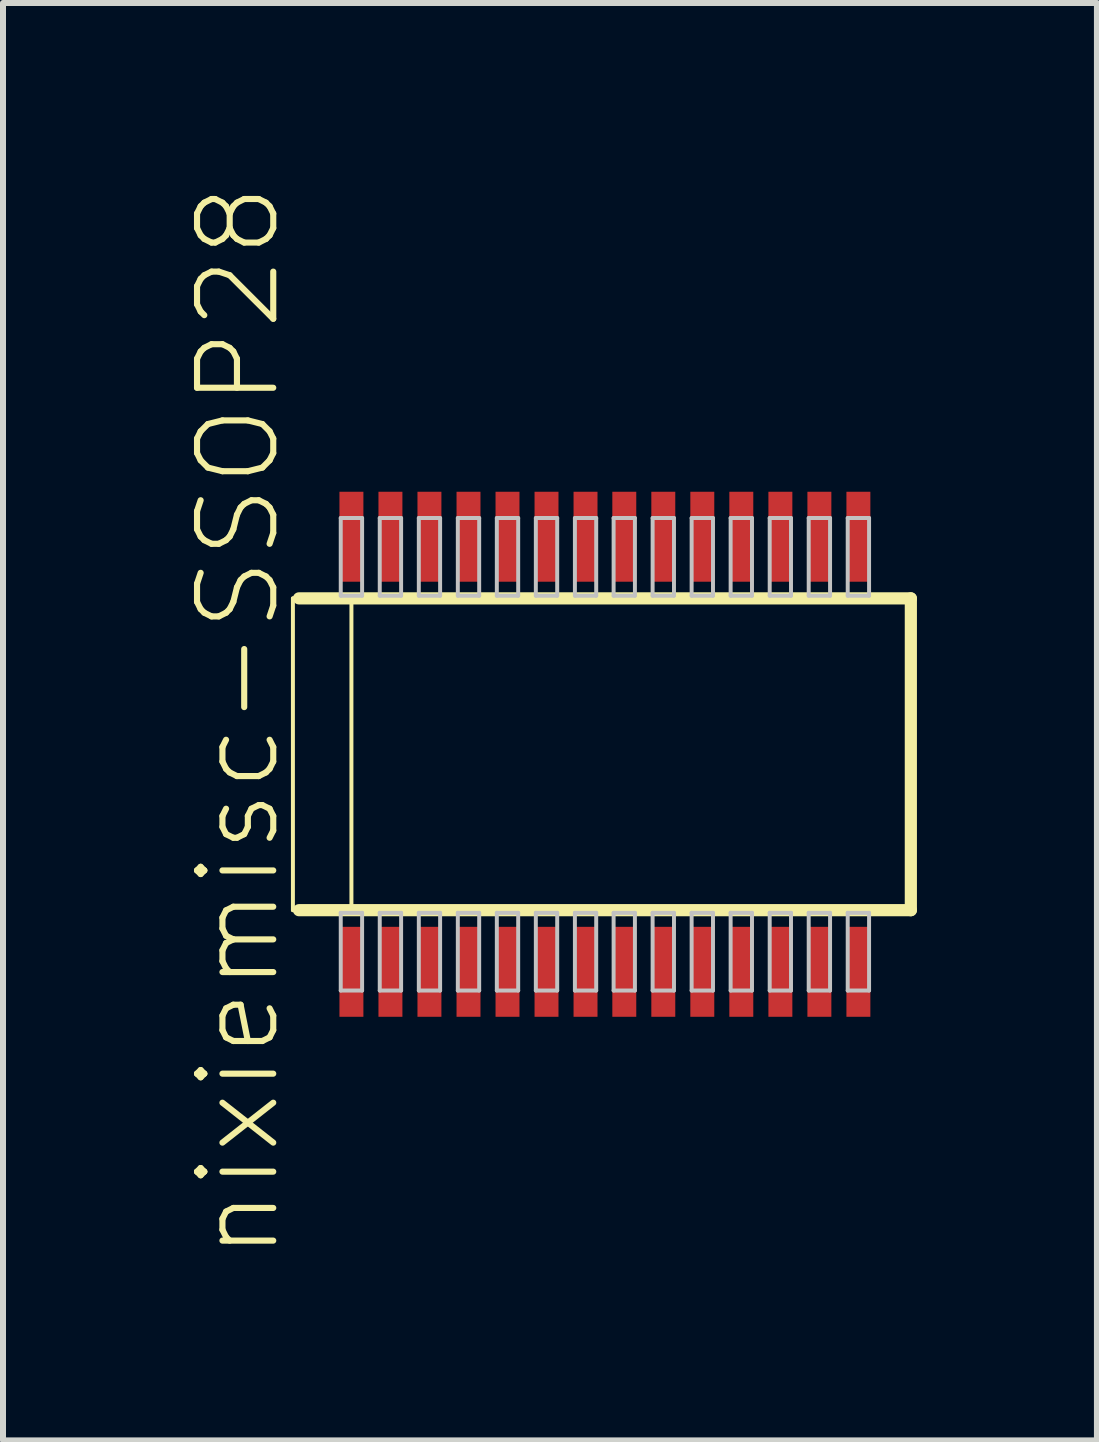
<source format=kicad_pcb>
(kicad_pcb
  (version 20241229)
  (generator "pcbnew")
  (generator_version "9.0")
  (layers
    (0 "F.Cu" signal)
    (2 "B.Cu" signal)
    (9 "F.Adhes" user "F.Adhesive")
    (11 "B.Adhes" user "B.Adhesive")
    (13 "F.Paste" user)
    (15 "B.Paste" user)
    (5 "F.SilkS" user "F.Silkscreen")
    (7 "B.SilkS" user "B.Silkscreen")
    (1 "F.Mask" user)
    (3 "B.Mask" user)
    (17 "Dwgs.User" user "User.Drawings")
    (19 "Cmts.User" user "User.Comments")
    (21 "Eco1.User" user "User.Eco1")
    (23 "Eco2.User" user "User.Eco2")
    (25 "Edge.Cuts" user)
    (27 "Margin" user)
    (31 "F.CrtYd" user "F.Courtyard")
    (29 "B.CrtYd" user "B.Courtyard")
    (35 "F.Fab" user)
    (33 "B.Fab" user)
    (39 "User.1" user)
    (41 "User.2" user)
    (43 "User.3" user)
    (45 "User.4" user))
  (footprint "nixiemisc-SSOP28"
    (layer "F.Cu")
    (at 7.03 9.519)
    (property "Reference" "nixiemisc-SSOP28" (at -6.109 -0.544 90) (layer "F.SilkS") (effects (font (size 1.27 1.27) (thickness 0.102))))
    (attr smd)
    (fp_line (start -5.199 -2.598) (end -4.224 -2.598) (stroke (width 0.066) (type solid)) (layer "F.SilkS"))
    (fp_line (start -5.199 2.598) (end -5.199 -2.598) (stroke (width 0.066) (type solid)) (layer "F.SilkS"))
    (fp_line (start -5.199 2.598) (end -4.224 2.598) (stroke (width 0.066) (type solid)) (layer "F.SilkS"))
    (fp_line (start -5.098 2.598) (end 5.098 2.598) (stroke (width 0.203) (type solid)) (layer "F.SilkS"))
    (fp_line (start -4.224 2.598) (end -4.224 -2.598) (stroke (width 0.066) (type solid)) (layer "F.SilkS"))
    (fp_line (start 5.098 -2.598) (end -5.098 -2.598) (stroke (width 0.203) (type solid)) (layer "F.SilkS"))
    (fp_line (start 5.098 2.598) (end 5.098 -2.598) (stroke (width 0.203) (type solid)) (layer "F.SilkS"))
    (fp_line (start -4.402 -3.937) (end -4.046 -3.937) (stroke (width 0.066) (type solid)) (layer "Dwgs.User"))
    (fp_line (start -4.402 -2.642) (end -4.402 -3.937) (stroke (width 0.066) (type solid)) (layer "Dwgs.User"))
    (fp_line (start -4.402 -2.642) (end -4.046 -2.642) (stroke (width 0.066) (type solid)) (layer "Dwgs.User"))
    (fp_line (start -4.402 2.642) (end -4.046 2.642) (stroke (width 0.066) (type solid)) (layer "Dwgs.User"))
    (fp_line (start -4.402 3.937) (end -4.402 2.642) (stroke (width 0.066) (type solid)) (layer "Dwgs.User"))
    (fp_line (start -4.402 3.937) (end -4.046 3.937) (stroke (width 0.066) (type solid)) (layer "Dwgs.User"))
    (fp_line (start -4.046 -2.642) (end -4.046 -3.937) (stroke (width 0.066) (type solid)) (layer "Dwgs.User"))
    (fp_line (start -4.046 3.937) (end -4.046 2.642) (stroke (width 0.066) (type solid)) (layer "Dwgs.User"))
    (fp_line (start -3.752 -3.937) (end -3.396 -3.937) (stroke (width 0.066) (type solid)) (layer "Dwgs.User"))
    (fp_line (start -3.752 -2.642) (end -3.752 -3.937) (stroke (width 0.066) (type solid)) (layer "Dwgs.User"))
    (fp_line (start -3.752 -2.642) (end -3.396 -2.642) (stroke (width 0.066) (type solid)) (layer "Dwgs.User"))
    (fp_line (start -3.752 2.642) (end -3.396 2.642) (stroke (width 0.066) (type solid)) (layer "Dwgs.User"))
    (fp_line (start -3.752 3.937) (end -3.752 2.642) (stroke (width 0.066) (type solid)) (layer "Dwgs.User"))
    (fp_line (start -3.752 3.937) (end -3.396 3.937) (stroke (width 0.066) (type solid)) (layer "Dwgs.User"))
    (fp_line (start -3.396 -2.642) (end -3.396 -3.937) (stroke (width 0.066) (type solid)) (layer "Dwgs.User"))
    (fp_line (start -3.396 3.937) (end -3.396 2.642) (stroke (width 0.066) (type solid)) (layer "Dwgs.User"))
    (fp_line (start -3.101 -3.937) (end -2.746 -3.937) (stroke (width 0.066) (type solid)) (layer "Dwgs.User"))
    (fp_line (start -3.101 -2.642) (end -3.101 -3.937) (stroke (width 0.066) (type solid)) (layer "Dwgs.User"))
    (fp_line (start -3.101 -2.642) (end -2.746 -2.642) (stroke (width 0.066) (type solid)) (layer "Dwgs.User"))
    (fp_line (start -3.101 2.642) (end -2.746 2.642) (stroke (width 0.066) (type solid)) (layer "Dwgs.User"))
    (fp_line (start -3.101 3.937) (end -3.101 2.642) (stroke (width 0.066) (type solid)) (layer "Dwgs.User"))
    (fp_line (start -3.101 3.937) (end -2.746 3.937) (stroke (width 0.066) (type solid)) (layer "Dwgs.User"))
    (fp_line (start -2.746 -2.642) (end -2.746 -3.937) (stroke (width 0.066) (type solid)) (layer "Dwgs.User"))
    (fp_line (start -2.746 3.937) (end -2.746 2.642) (stroke (width 0.066) (type solid)) (layer "Dwgs.User"))
    (fp_line (start -2.451 -3.937) (end -2.095 -3.937) (stroke (width 0.066) (type solid)) (layer "Dwgs.User"))
    (fp_line (start -2.451 -2.642) (end -2.451 -3.937) (stroke (width 0.066) (type solid)) (layer "Dwgs.User"))
    (fp_line (start -2.451 -2.642) (end -2.095 -2.642) (stroke (width 0.066) (type solid)) (layer "Dwgs.User"))
    (fp_line (start -2.451 2.642) (end -2.095 2.642) (stroke (width 0.066) (type solid)) (layer "Dwgs.User"))
    (fp_line (start -2.451 3.937) (end -2.451 2.642) (stroke (width 0.066) (type solid)) (layer "Dwgs.User"))
    (fp_line (start -2.451 3.937) (end -2.095 3.937) (stroke (width 0.066) (type solid)) (layer "Dwgs.User"))
    (fp_line (start -2.095 -2.642) (end -2.095 -3.937) (stroke (width 0.066) (type solid)) (layer "Dwgs.User"))
    (fp_line (start -2.095 3.937) (end -2.095 2.642) (stroke (width 0.066) (type solid)) (layer "Dwgs.User"))
    (fp_line (start -1.801 -3.937) (end -1.445 -3.937) (stroke (width 0.066) (type solid)) (layer "Dwgs.User"))
    (fp_line (start -1.801 -2.642) (end -1.801 -3.937) (stroke (width 0.066) (type solid)) (layer "Dwgs.User"))
    (fp_line (start -1.801 -2.642) (end -1.445 -2.642) (stroke (width 0.066) (type solid)) (layer "Dwgs.User"))
    (fp_line (start -1.801 2.642) (end -1.445 2.642) (stroke (width 0.066) (type solid)) (layer "Dwgs.User"))
    (fp_line (start -1.801 3.937) (end -1.801 2.642) (stroke (width 0.066) (type solid)) (layer "Dwgs.User"))
    (fp_line (start -1.801 3.937) (end -1.445 3.937) (stroke (width 0.066) (type solid)) (layer "Dwgs.User"))
    (fp_line (start -1.445 -2.642) (end -1.445 -3.937) (stroke (width 0.066) (type solid)) (layer "Dwgs.User"))
    (fp_line (start -1.445 3.937) (end -1.445 2.642) (stroke (width 0.066) (type solid)) (layer "Dwgs.User"))
    (fp_line (start -1.151 -3.937) (end -0.795 -3.937) (stroke (width 0.066) (type solid)) (layer "Dwgs.User"))
    (fp_line (start -1.151 -2.642) (end -1.151 -3.937) (stroke (width 0.066) (type solid)) (layer "Dwgs.User"))
    (fp_line (start -1.151 -2.642) (end -0.795 -2.642) (stroke (width 0.066) (type solid)) (layer "Dwgs.User"))
    (fp_line (start -1.151 2.642) (end -0.795 2.642) (stroke (width 0.066) (type solid)) (layer "Dwgs.User"))
    (fp_line (start -1.151 3.937) (end -1.151 2.642) (stroke (width 0.066) (type solid)) (layer "Dwgs.User"))
    (fp_line (start -1.151 3.937) (end -0.795 3.937) (stroke (width 0.066) (type solid)) (layer "Dwgs.User"))
    (fp_line (start -0.795 -2.642) (end -0.795 -3.937) (stroke (width 0.066) (type solid)) (layer "Dwgs.User"))
    (fp_line (start -0.795 3.937) (end -0.795 2.642) (stroke (width 0.066) (type solid)) (layer "Dwgs.User"))
    (fp_line (start -0.5 -3.937) (end -0.145 -3.937) (stroke (width 0.066) (type solid)) (layer "Dwgs.User"))
    (fp_line (start -0.5 -2.642) (end -0.5 -3.937) (stroke (width 0.066) (type solid)) (layer "Dwgs.User"))
    (fp_line (start -0.5 -2.642) (end -0.145 -2.642) (stroke (width 0.066) (type solid)) (layer "Dwgs.User"))
    (fp_line (start -0.5 2.642) (end -0.145 2.642) (stroke (width 0.066) (type solid)) (layer "Dwgs.User"))
    (fp_line (start -0.5 3.937) (end -0.5 2.642) (stroke (width 0.066) (type solid)) (layer "Dwgs.User"))
    (fp_line (start -0.5 3.937) (end -0.145 3.937) (stroke (width 0.066) (type solid)) (layer "Dwgs.User"))
    (fp_line (start -0.145 -2.642) (end -0.145 -3.937) (stroke (width 0.066) (type solid)) (layer "Dwgs.User"))
    (fp_line (start -0.145 3.937) (end -0.145 2.642) (stroke (width 0.066) (type solid)) (layer "Dwgs.User"))
    (fp_line (start 0.145 -3.937) (end 0.5 -3.937) (stroke (width 0.066) (type solid)) (layer "Dwgs.User"))
    (fp_line (start 0.145 -2.642) (end 0.145 -3.937) (stroke (width 0.066) (type solid)) (layer "Dwgs.User"))
    (fp_line (start 0.145 -2.642) (end 0.5 -2.642) (stroke (width 0.066) (type solid)) (layer "Dwgs.User"))
    (fp_line (start 0.145 2.642) (end 0.5 2.642) (stroke (width 0.066) (type solid)) (layer "Dwgs.User"))
    (fp_line (start 0.145 3.937) (end 0.145 2.642) (stroke (width 0.066) (type solid)) (layer "Dwgs.User"))
    (fp_line (start 0.145 3.937) (end 0.5 3.937) (stroke (width 0.066) (type solid)) (layer "Dwgs.User"))
    (fp_line (start 0.5 -2.642) (end 0.5 -3.937) (stroke (width 0.066) (type solid)) (layer "Dwgs.User"))
    (fp_line (start 0.5 3.937) (end 0.5 2.642) (stroke (width 0.066) (type solid)) (layer "Dwgs.User"))
    (fp_line (start 0.795 -3.937) (end 1.151 -3.937) (stroke (width 0.066) (type solid)) (layer "Dwgs.User"))
    (fp_line (start 0.795 -2.642) (end 0.795 -3.937) (stroke (width 0.066) (type solid)) (layer "Dwgs.User"))
    (fp_line (start 0.795 -2.642) (end 1.151 -2.642) (stroke (width 0.066) (type solid)) (layer "Dwgs.User"))
    (fp_line (start 0.795 2.642) (end 1.151 2.642) (stroke (width 0.066) (type solid)) (layer "Dwgs.User"))
    (fp_line (start 0.795 3.937) (end 0.795 2.642) (stroke (width 0.066) (type solid)) (layer "Dwgs.User"))
    (fp_line (start 0.795 3.937) (end 1.151 3.937) (stroke (width 0.066) (type solid)) (layer "Dwgs.User"))
    (fp_line (start 1.151 -2.642) (end 1.151 -3.937) (stroke (width 0.066) (type solid)) (layer "Dwgs.User"))
    (fp_line (start 1.151 3.937) (end 1.151 2.642) (stroke (width 0.066) (type solid)) (layer "Dwgs.User"))
    (fp_line (start 1.445 -3.937) (end 1.801 -3.937) (stroke (width 0.066) (type solid)) (layer "Dwgs.User"))
    (fp_line (start 1.445 -2.642) (end 1.445 -3.937) (stroke (width 0.066) (type solid)) (layer "Dwgs.User"))
    (fp_line (start 1.445 -2.642) (end 1.801 -2.642) (stroke (width 0.066) (type solid)) (layer "Dwgs.User"))
    (fp_line (start 1.445 2.642) (end 1.801 2.642) (stroke (width 0.066) (type solid)) (layer "Dwgs.User"))
    (fp_line (start 1.445 3.937) (end 1.445 2.642) (stroke (width 0.066) (type solid)) (layer "Dwgs.User"))
    (fp_line (start 1.445 3.937) (end 1.801 3.937) (stroke (width 0.066) (type solid)) (layer "Dwgs.User"))
    (fp_line (start 1.801 -2.642) (end 1.801 -3.937) (stroke (width 0.066) (type solid)) (layer "Dwgs.User"))
    (fp_line (start 1.801 3.937) (end 1.801 2.642) (stroke (width 0.066) (type solid)) (layer "Dwgs.User"))
    (fp_line (start 2.095 -3.937) (end 2.451 -3.937) (stroke (width 0.066) (type solid)) (layer "Dwgs.User"))
    (fp_line (start 2.095 -2.642) (end 2.095 -3.937) (stroke (width 0.066) (type solid)) (layer "Dwgs.User"))
    (fp_line (start 2.095 -2.642) (end 2.451 -2.642) (stroke (width 0.066) (type solid)) (layer "Dwgs.User"))
    (fp_line (start 2.095 2.642) (end 2.451 2.642) (stroke (width 0.066) (type solid)) (layer "Dwgs.User"))
    (fp_line (start 2.095 3.937) (end 2.095 2.642) (stroke (width 0.066) (type solid)) (layer "Dwgs.User"))
    (fp_line (start 2.095 3.937) (end 2.451 3.937) (stroke (width 0.066) (type solid)) (layer "Dwgs.User"))
    (fp_line (start 2.451 -2.642) (end 2.451 -3.937) (stroke (width 0.066) (type solid)) (layer "Dwgs.User"))
    (fp_line (start 2.451 3.937) (end 2.451 2.642) (stroke (width 0.066) (type solid)) (layer "Dwgs.User"))
    (fp_line (start 2.746 -3.937) (end 3.101 -3.937) (stroke (width 0.066) (type solid)) (layer "Dwgs.User"))
    (fp_line (start 2.746 -2.642) (end 2.746 -3.937) (stroke (width 0.066) (type solid)) (layer "Dwgs.User"))
    (fp_line (start 2.746 -2.642) (end 3.101 -2.642) (stroke (width 0.066) (type solid)) (layer "Dwgs.User"))
    (fp_line (start 2.746 2.642) (end 3.101 2.642) (stroke (width 0.066) (type solid)) (layer "Dwgs.User"))
    (fp_line (start 2.746 3.937) (end 2.746 2.642) (stroke (width 0.066) (type solid)) (layer "Dwgs.User"))
    (fp_line (start 2.746 3.937) (end 3.101 3.937) (stroke (width 0.066) (type solid)) (layer "Dwgs.User"))
    (fp_line (start 3.101 -2.642) (end 3.101 -3.937) (stroke (width 0.066) (type solid)) (layer "Dwgs.User"))
    (fp_line (start 3.101 3.937) (end 3.101 2.642) (stroke (width 0.066) (type solid)) (layer "Dwgs.User"))
    (fp_line (start 3.396 -3.937) (end 3.752 -3.937) (stroke (width 0.066) (type solid)) (layer "Dwgs.User"))
    (fp_line (start 3.396 -2.642) (end 3.396 -3.937) (stroke (width 0.066) (type solid)) (layer "Dwgs.User"))
    (fp_line (start 3.396 -2.642) (end 3.752 -2.642) (stroke (width 0.066) (type solid)) (layer "Dwgs.User"))
    (fp_line (start 3.396 2.642) (end 3.752 2.642) (stroke (width 0.066) (type solid)) (layer "Dwgs.User"))
    (fp_line (start 3.396 3.937) (end 3.396 2.642) (stroke (width 0.066) (type solid)) (layer "Dwgs.User"))
    (fp_line (start 3.396 3.937) (end 3.752 3.937) (stroke (width 0.066) (type solid)) (layer "Dwgs.User"))
    (fp_line (start 3.752 -2.642) (end 3.752 -3.937) (stroke (width 0.066) (type solid)) (layer "Dwgs.User"))
    (fp_line (start 3.752 3.937) (end 3.752 2.642) (stroke (width 0.066) (type solid)) (layer "Dwgs.User"))
    (fp_line (start 4.046 -3.937) (end 4.402 -3.937) (stroke (width 0.066) (type solid)) (layer "Dwgs.User"))
    (fp_line (start 4.046 -2.642) (end 4.046 -3.937) (stroke (width 0.066) (type solid)) (layer "Dwgs.User"))
    (fp_line (start 4.046 -2.642) (end 4.402 -2.642) (stroke (width 0.066) (type solid)) (layer "Dwgs.User"))
    (fp_line (start 4.046 2.642) (end 4.402 2.642) (stroke (width 0.066) (type solid)) (layer "Dwgs.User"))
    (fp_line (start 4.046 3.937) (end 4.046 2.642) (stroke (width 0.066) (type solid)) (layer "Dwgs.User"))
    (fp_line (start 4.046 3.937) (end 4.402 3.937) (stroke (width 0.066) (type solid)) (layer "Dwgs.User"))
    (fp_line (start 4.402 -2.642) (end 4.402 -3.937) (stroke (width 0.066) (type solid)) (layer "Dwgs.User"))
    (fp_line (start 4.402 3.937) (end 4.402 2.642) (stroke (width 0.066) (type solid)) (layer "Dwgs.User"))
    (pad "1" smd rect (at -4.224 3.625) (size 0.399 1.499) (layers "F.Cu" "F.Mask" "F.Paste"))
    (pad "2" smd rect (at -3.574 3.625) (size 0.399 1.499) (layers "F.Cu" "F.Mask" "F.Paste"))
    (pad "3" smd rect (at -2.924 3.625) (size 0.399 1.499) (layers "F.Cu" "F.Mask" "F.Paste"))
    (pad "4" smd rect (at -2.273 3.625) (size 0.399 1.499) (layers "F.Cu" "F.Mask" "F.Paste"))
    (pad "5" smd rect (at -1.623 3.625) (size 0.399 1.499) (layers "F.Cu" "F.Mask" "F.Paste"))
    (pad "6" smd rect (at -0.973 3.625) (size 0.399 1.499) (layers "F.Cu" "F.Mask" "F.Paste"))
    (pad "7" smd rect (at -0.323 3.625) (size 0.399 1.499) (layers "F.Cu" "F.Mask" "F.Paste"))
    (pad "8" smd rect (at 0.323 3.625) (size 0.399 1.499) (layers "F.Cu" "F.Mask" "F.Paste"))
    (pad "9" smd rect (at 0.973 3.625) (size 0.399 1.499) (layers "F.Cu" "F.Mask" "F.Paste"))
    (pad "10" smd rect (at 1.623 3.625) (size 0.399 1.499) (layers "F.Cu" "F.Mask" "F.Paste"))
    (pad "11" smd rect (at 2.273 3.625) (size 0.399 1.499) (layers "F.Cu" "F.Mask" "F.Paste"))
    (pad "12" smd rect (at 2.924 3.625) (size 0.399 1.499) (layers "F.Cu" "F.Mask" "F.Paste"))
    (pad "13" smd rect (at 3.574 3.625) (size 0.399 1.499) (layers "F.Cu" "F.Mask" "F.Paste"))
    (pad "14" smd rect (at 4.224 3.625) (size 0.399 1.499) (layers "F.Cu" "F.Mask" "F.Paste"))
    (pad "15" smd rect (at 4.224 -3.625) (size 0.399 1.499) (layers "F.Cu" "F.Mask" "F.Paste"))
    (pad "16" smd rect (at 3.574 -3.625) (size 0.399 1.499) (layers "F.Cu" "F.Mask" "F.Paste"))
    (pad "17" smd rect (at 2.924 -3.625) (size 0.399 1.499) (layers "F.Cu" "F.Mask" "F.Paste"))
    (pad "18" smd rect (at 2.273 -3.625) (size 0.399 1.499) (layers "F.Cu" "F.Mask" "F.Paste"))
    (pad "19" smd rect (at 1.623 -3.625) (size 0.399 1.499) (layers "F.Cu" "F.Mask" "F.Paste"))
    (pad "20" smd rect (at 0.973 -3.625) (size 0.399 1.499) (layers "F.Cu" "F.Mask" "F.Paste"))
    (pad "21" smd rect (at 0.323 -3.625) (size 0.399 1.499) (layers "F.Cu" "F.Mask" "F.Paste"))
    (pad "22" smd rect (at -0.323 -3.625) (size 0.399 1.499) (layers "F.Cu" "F.Mask" "F.Paste"))
    (pad "23" smd rect (at -0.973 -3.625) (size 0.399 1.499) (layers "F.Cu" "F.Mask" "F.Paste"))
    (pad "24" smd rect (at -1.623 -3.625) (size 0.399 1.499) (layers "F.Cu" "F.Mask" "F.Paste"))
    (pad "25" smd rect (at -2.273 -3.625) (size 0.399 1.499) (layers "F.Cu" "F.Mask" "F.Paste"))
    (pad "26" smd rect (at -2.924 -3.625) (size 0.399 1.499) (layers "F.Cu" "F.Mask" "F.Paste"))
    (pad "27" smd rect (at -3.574 -3.625) (size 0.399 1.499) (layers "F.Cu" "F.Mask" "F.Paste"))
    (pad "28" smd rect (at -4.224 -3.625) (size 0.399 1.499) (layers "F.Cu" "F.Mask" "F.Paste")))
  (gr_rect
    (start -3 -3)
    (end 15.229 20.952)
    (stroke (width 0.1) (type default))
    (fill no)
    (layer "Edge.Cuts")))
</source>
